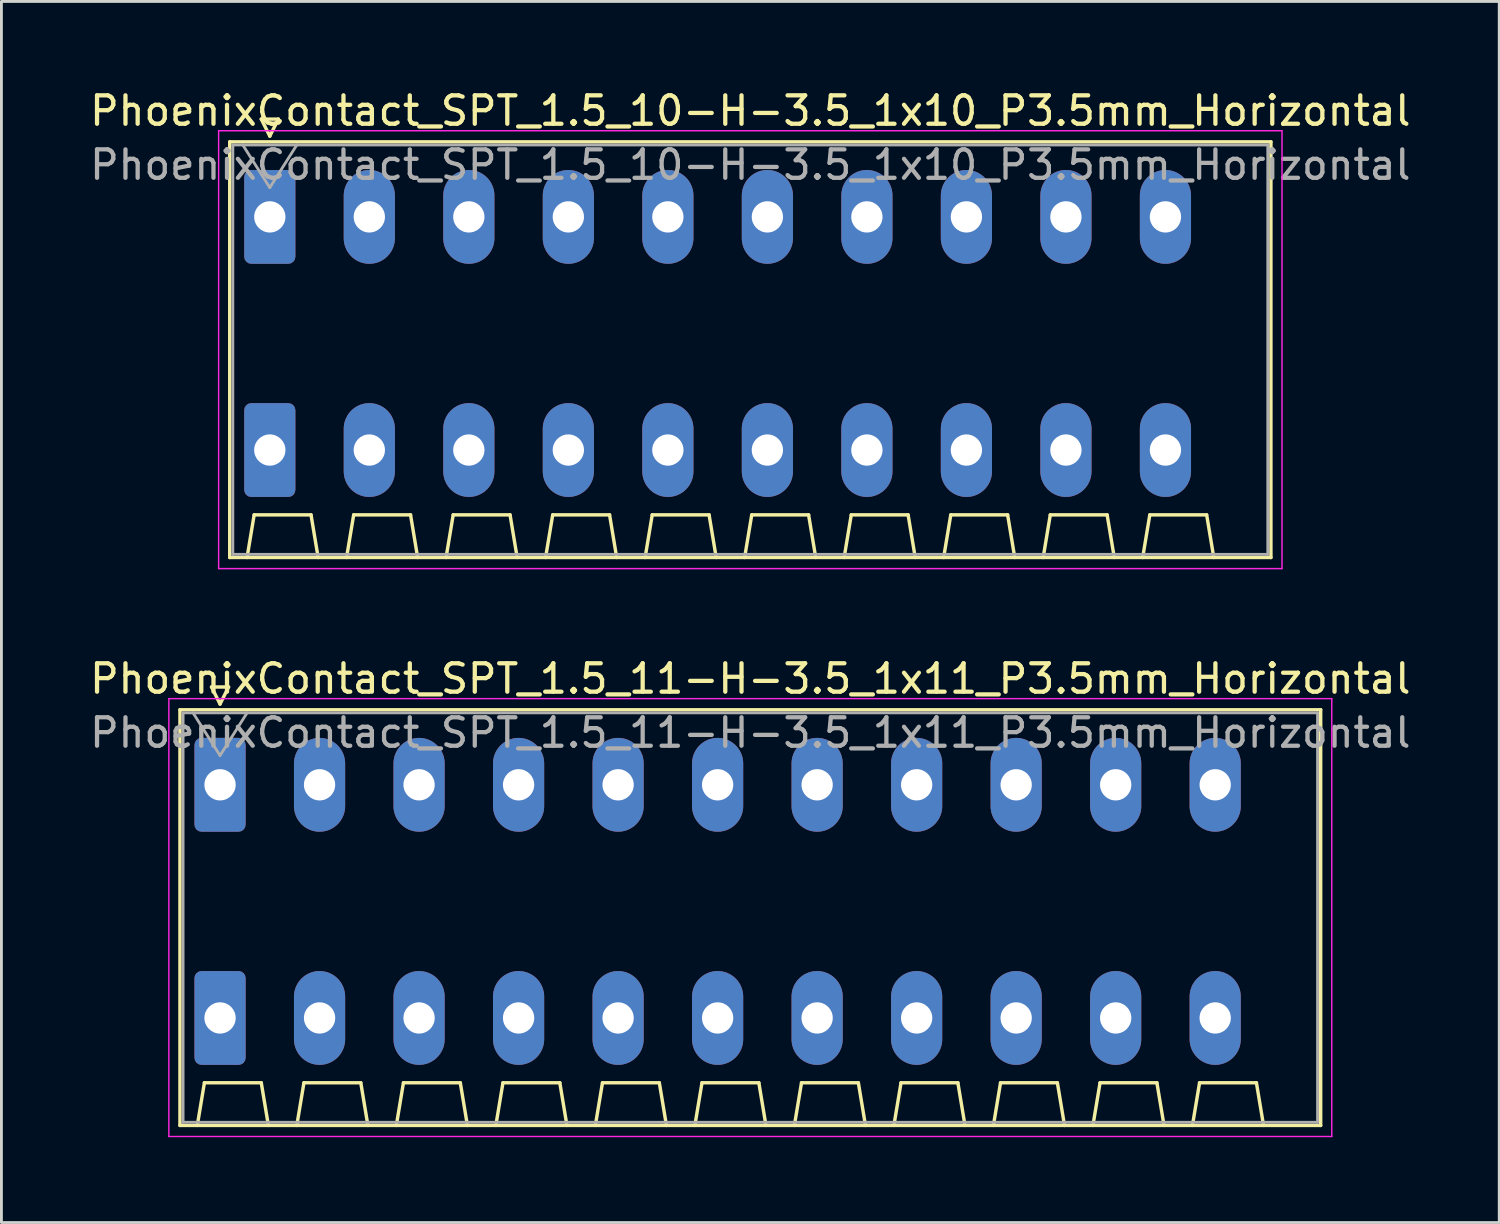
<source format=kicad_pcb>
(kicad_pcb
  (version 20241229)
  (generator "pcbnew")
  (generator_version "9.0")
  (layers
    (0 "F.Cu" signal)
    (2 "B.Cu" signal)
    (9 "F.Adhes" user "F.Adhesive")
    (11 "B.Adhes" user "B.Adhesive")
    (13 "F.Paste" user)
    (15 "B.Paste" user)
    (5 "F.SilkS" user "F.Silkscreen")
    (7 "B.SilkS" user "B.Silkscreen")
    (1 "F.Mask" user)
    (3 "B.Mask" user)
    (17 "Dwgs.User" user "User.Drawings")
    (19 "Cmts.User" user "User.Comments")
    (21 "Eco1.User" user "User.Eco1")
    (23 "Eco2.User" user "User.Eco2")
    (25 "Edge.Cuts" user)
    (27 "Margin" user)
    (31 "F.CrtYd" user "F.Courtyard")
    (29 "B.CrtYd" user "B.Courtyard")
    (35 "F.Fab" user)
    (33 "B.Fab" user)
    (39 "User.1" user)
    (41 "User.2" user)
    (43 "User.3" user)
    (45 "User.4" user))
  (footprint "PhoenixContact_SPT_1.5_11-H-3.5_1x11_P3.5mm_Horizontal"
    (layer "F.Cu")
    (at 4.689 24.552)
    (property "Reference" "PhoenixContact_SPT_1.5_11-H-3.5_1x11_P3.5mm_Horizontal" (at 18.65 -3.73 0) (layer "F.SilkS") (effects (font (size 1 1) (thickness 0.15))))
    (attr through_hole)
    (fp_line (start -1.41 -2.64) (end 38.71 -2.64) (stroke (width 0.12) (type solid)) (layer "F.SilkS"))
    (fp_line (start -1.41 11.98) (end -1.41 -2.64) (stroke (width 0.12) (type solid)) (layer "F.SilkS"))
    (fp_line (start -0.8 11.98) (end -0.55 10.48) (stroke (width 0.12) (type solid)) (layer "F.SilkS"))
    (fp_line (start -0.55 10.48) (end 1.45 10.48) (stroke (width 0.12) (type solid)) (layer "F.SilkS"))
    (fp_line (start -0.3 -3.44) (end 0 -2.84) (stroke (width 0.12) (type solid)) (layer "F.SilkS"))
    (fp_line (start -0.3 -3.44) (end 0.3 -3.44) (stroke (width 0.12) (type solid)) (layer "F.SilkS"))
    (fp_line (start 0.3 -3.44) (end 0 -2.84) (stroke (width 0.12) (type solid)) (layer "F.SilkS"))
    (fp_line (start 1.7 11.98) (end 1.45 10.48) (stroke (width 0.12) (type solid)) (layer "F.SilkS"))
    (fp_line (start 2.7 11.98) (end 2.95 10.48) (stroke (width 0.12) (type solid)) (layer "F.SilkS"))
    (fp_line (start 2.95 10.48) (end 4.95 10.48) (stroke (width 0.12) (type solid)) (layer "F.SilkS"))
    (fp_line (start 5.2 11.98) (end 4.95 10.48) (stroke (width 0.12) (type solid)) (layer "F.SilkS"))
    (fp_line (start 6.2 11.98) (end 6.45 10.48) (stroke (width 0.12) (type solid)) (layer "F.SilkS"))
    (fp_line (start 6.45 10.48) (end 8.45 10.48) (stroke (width 0.12) (type solid)) (layer "F.SilkS"))
    (fp_line (start 8.7 11.98) (end 8.45 10.48) (stroke (width 0.12) (type solid)) (layer "F.SilkS"))
    (fp_line (start 9.7 11.98) (end 9.95 10.48) (stroke (width 0.12) (type solid)) (layer "F.SilkS"))
    (fp_line (start 9.95 10.48) (end 11.95 10.48) (stroke (width 0.12) (type solid)) (layer "F.SilkS"))
    (fp_line (start 12.2 11.98) (end 11.95 10.48) (stroke (width 0.12) (type solid)) (layer "F.SilkS"))
    (fp_line (start 13.2 11.98) (end 13.45 10.48) (stroke (width 0.12) (type solid)) (layer "F.SilkS"))
    (fp_line (start 13.45 10.48) (end 15.45 10.48) (stroke (width 0.12) (type solid)) (layer "F.SilkS"))
    (fp_line (start 15.7 11.98) (end 15.45 10.48) (stroke (width 0.12) (type solid)) (layer "F.SilkS"))
    (fp_line (start 16.7 11.98) (end 16.95 10.48) (stroke (width 0.12) (type solid)) (layer "F.SilkS"))
    (fp_line (start 16.95 10.48) (end 18.95 10.48) (stroke (width 0.12) (type solid)) (layer "F.SilkS"))
    (fp_line (start 19.2 11.98) (end 18.95 10.48) (stroke (width 0.12) (type solid)) (layer "F.SilkS"))
    (fp_line (start 20.2 11.98) (end 20.45 10.48) (stroke (width 0.12) (type solid)) (layer "F.SilkS"))
    (fp_line (start 20.45 10.48) (end 22.45 10.48) (stroke (width 0.12) (type solid)) (layer "F.SilkS"))
    (fp_line (start 22.7 11.98) (end 22.45 10.48) (stroke (width 0.12) (type solid)) (layer "F.SilkS"))
    (fp_line (start 23.7 11.98) (end 23.95 10.48) (stroke (width 0.12) (type solid)) (layer "F.SilkS"))
    (fp_line (start 23.95 10.48) (end 25.95 10.48) (stroke (width 0.12) (type solid)) (layer "F.SilkS"))
    (fp_line (start 26.2 11.98) (end 25.95 10.48) (stroke (width 0.12) (type solid)) (layer "F.SilkS"))
    (fp_line (start 27.2 11.98) (end 27.45 10.48) (stroke (width 0.12) (type solid)) (layer "F.SilkS"))
    (fp_line (start 27.45 10.48) (end 29.45 10.48) (stroke (width 0.12) (type solid)) (layer "F.SilkS"))
    (fp_line (start 29.7 11.98) (end 29.45 10.48) (stroke (width 0.12) (type solid)) (layer "F.SilkS"))
    (fp_line (start 30.7 11.98) (end 30.95 10.48) (stroke (width 0.12) (type solid)) (layer "F.SilkS"))
    (fp_line (start 30.95 10.48) (end 32.95 10.48) (stroke (width 0.12) (type solid)) (layer "F.SilkS"))
    (fp_line (start 33.2 11.98) (end 32.95 10.48) (stroke (width 0.12) (type solid)) (layer "F.SilkS"))
    (fp_line (start 34.2 11.98) (end 34.45 10.48) (stroke (width 0.12) (type solid)) (layer "F.SilkS"))
    (fp_line (start 34.45 10.48) (end 36.45 10.48) (stroke (width 0.12) (type solid)) (layer "F.SilkS"))
    (fp_line (start 36.7 11.98) (end 36.45 10.48) (stroke (width 0.12) (type solid)) (layer "F.SilkS"))
    (fp_line (start 38.71 -2.64) (end 38.71 11.98) (stroke (width 0.12) (type solid)) (layer "F.SilkS"))
    (fp_line (start 38.71 11.98) (end -1.41 11.98) (stroke (width 0.12) (type solid)) (layer "F.SilkS"))
    (fp_line (start -1.8 -3.03) (end -1.8 12.37) (stroke (width 0.05) (type solid)) (layer "F.CrtYd"))
    (fp_line (start -1.8 12.37) (end 39.1 12.37) (stroke (width 0.05) (type solid)) (layer "F.CrtYd"))
    (fp_line (start 39.1 -3.03) (end -1.8 -3.03) (stroke (width 0.05) (type solid)) (layer "F.CrtYd"))
    (fp_line (start 39.1 12.37) (end 39.1 -3.03) (stroke (width 0.05) (type solid)) (layer "F.CrtYd"))
    (fp_line (start -1.3 -2.53) (end -1.3 11.87) (stroke (width 0.1) (type solid)) (layer "F.Fab"))
    (fp_line (start -1.3 11.87) (end 38.6 11.87) (stroke (width 0.1) (type solid)) (layer "F.Fab"))
    (fp_line (start -0.95 -2.53) (end 0 -1.03) (stroke (width 0.1) (type solid)) (layer "F.Fab"))
    (fp_line (start 0.95 -2.53) (end 0 -1.03) (stroke (width 0.1) (type solid)) (layer "F.Fab"))
    (fp_line (start 38.6 -2.53) (end -1.3 -2.53) (stroke (width 0.1) (type solid)) (layer "F.Fab"))
    (fp_line (start 38.6 11.87) (end 38.6 -2.53) (stroke (width 0.1) (type solid)) (layer "F.Fab"))
    (fp_text user "${REFERENCE}" (at 18.65 -1.83 0) (layer "F.Fab") (effects (font (size 1 1) (thickness 0.15))))
    (pad "1" thru_hole roundrect (at 0 0) (size 1.8 3.3) (drill 1.1) (layers "*.Cu" "*.Mask") (roundrect_rratio 0.139))
    (pad "1" thru_hole roundrect (at 0 8.2) (size 1.8 3.3) (drill 1.1) (layers "*.Cu" "*.Mask") (roundrect_rratio 0.139))
    (pad "2" thru_hole oval (at 3.5 0) (size 1.8 3.3) (drill 1.1) (layers "*.Cu" "*.Mask"))
    (pad "2" thru_hole oval (at 3.5 8.2) (size 1.8 3.3) (drill 1.1) (layers "*.Cu" "*.Mask"))
    (pad "3" thru_hole oval (at 7 0) (size 1.8 3.3) (drill 1.1) (layers "*.Cu" "*.Mask"))
    (pad "3" thru_hole oval (at 7 8.2) (size 1.8 3.3) (drill 1.1) (layers "*.Cu" "*.Mask"))
    (pad "4" thru_hole oval (at 10.5 0) (size 1.8 3.3) (drill 1.1) (layers "*.Cu" "*.Mask"))
    (pad "4" thru_hole oval (at 10.5 8.2) (size 1.8 3.3) (drill 1.1) (layers "*.Cu" "*.Mask"))
    (pad "5" thru_hole oval (at 14 0) (size 1.8 3.3) (drill 1.1) (layers "*.Cu" "*.Mask"))
    (pad "5" thru_hole oval (at 14 8.2) (size 1.8 3.3) (drill 1.1) (layers "*.Cu" "*.Mask"))
    (pad "6" thru_hole oval (at 17.5 0) (size 1.8 3.3) (drill 1.1) (layers "*.Cu" "*.Mask"))
    (pad "6" thru_hole oval (at 17.5 8.2) (size 1.8 3.3) (drill 1.1) (layers "*.Cu" "*.Mask"))
    (pad "7" thru_hole oval (at 21 0) (size 1.8 3.3) (drill 1.1) (layers "*.Cu" "*.Mask"))
    (pad "7" thru_hole oval (at 21 8.2) (size 1.8 3.3) (drill 1.1) (layers "*.Cu" "*.Mask"))
    (pad "8" thru_hole oval (at 24.5 0) (size 1.8 3.3) (drill 1.1) (layers "*.Cu" "*.Mask"))
    (pad "8" thru_hole oval (at 24.5 8.2) (size 1.8 3.3) (drill 1.1) (layers "*.Cu" "*.Mask"))
    (pad "9" thru_hole oval (at 28 0) (size 1.8 3.3) (drill 1.1) (layers "*.Cu" "*.Mask"))
    (pad "9" thru_hole oval (at 28 8.2) (size 1.8 3.3) (drill 1.1) (layers "*.Cu" "*.Mask"))
    (pad "10" thru_hole oval (at 31.5 0) (size 1.8 3.3) (drill 1.1) (layers "*.Cu" "*.Mask"))
    (pad "10" thru_hole oval (at 31.5 8.2) (size 1.8 3.3) (drill 1.1) (layers "*.Cu" "*.Mask"))
    (pad "11" thru_hole oval (at 35 0) (size 1.8 3.3) (drill 1.1) (layers "*.Cu" "*.Mask"))
    (pad "11" thru_hole oval (at 35 8.2) (size 1.8 3.3) (drill 1.1) (layers "*.Cu" "*.Mask")))
  (footprint "PhoenixContact_SPT_1.5_10-H-3.5_1x10_P3.5mm_Horizontal"
    (layer "F.Cu")
    (at 6.439 4.578)
    (property "Reference" "PhoenixContact_SPT_1.5_10-H-3.5_1x10_P3.5mm_Horizontal" (at 16.9 -3.73 0) (layer "F.SilkS") (effects (font (size 1 1) (thickness 0.15))))
    (attr through_hole)
    (fp_line (start -1.41 -2.64) (end 35.21 -2.64) (stroke (width 0.12) (type solid)) (layer "F.SilkS"))
    (fp_line (start -1.41 11.98) (end -1.41 -2.64) (stroke (width 0.12) (type solid)) (layer "F.SilkS"))
    (fp_line (start -0.8 11.98) (end -0.55 10.48) (stroke (width 0.12) (type solid)) (layer "F.SilkS"))
    (fp_line (start -0.55 10.48) (end 1.45 10.48) (stroke (width 0.12) (type solid)) (layer "F.SilkS"))
    (fp_line (start -0.3 -3.44) (end 0 -2.84) (stroke (width 0.12) (type solid)) (layer "F.SilkS"))
    (fp_line (start -0.3 -3.44) (end 0.3 -3.44) (stroke (width 0.12) (type solid)) (layer "F.SilkS"))
    (fp_line (start 0.3 -3.44) (end 0 -2.84) (stroke (width 0.12) (type solid)) (layer "F.SilkS"))
    (fp_line (start 1.7 11.98) (end 1.45 10.48) (stroke (width 0.12) (type solid)) (layer "F.SilkS"))
    (fp_line (start 2.7 11.98) (end 2.95 10.48) (stroke (width 0.12) (type solid)) (layer "F.SilkS"))
    (fp_line (start 2.95 10.48) (end 4.95 10.48) (stroke (width 0.12) (type solid)) (layer "F.SilkS"))
    (fp_line (start 5.2 11.98) (end 4.95 10.48) (stroke (width 0.12) (type solid)) (layer "F.SilkS"))
    (fp_line (start 6.2 11.98) (end 6.45 10.48) (stroke (width 0.12) (type solid)) (layer "F.SilkS"))
    (fp_line (start 6.45 10.48) (end 8.45 10.48) (stroke (width 0.12) (type solid)) (layer "F.SilkS"))
    (fp_line (start 8.7 11.98) (end 8.45 10.48) (stroke (width 0.12) (type solid)) (layer "F.SilkS"))
    (fp_line (start 9.7 11.98) (end 9.95 10.48) (stroke (width 0.12) (type solid)) (layer "F.SilkS"))
    (fp_line (start 9.95 10.48) (end 11.95 10.48) (stroke (width 0.12) (type solid)) (layer "F.SilkS"))
    (fp_line (start 12.2 11.98) (end 11.95 10.48) (stroke (width 0.12) (type solid)) (layer "F.SilkS"))
    (fp_line (start 13.2 11.98) (end 13.45 10.48) (stroke (width 0.12) (type solid)) (layer "F.SilkS"))
    (fp_line (start 13.45 10.48) (end 15.45 10.48) (stroke (width 0.12) (type solid)) (layer "F.SilkS"))
    (fp_line (start 15.7 11.98) (end 15.45 10.48) (stroke (width 0.12) (type solid)) (layer "F.SilkS"))
    (fp_line (start 16.7 11.98) (end 16.95 10.48) (stroke (width 0.12) (type solid)) (layer "F.SilkS"))
    (fp_line (start 16.95 10.48) (end 18.95 10.48) (stroke (width 0.12) (type solid)) (layer "F.SilkS"))
    (fp_line (start 19.2 11.98) (end 18.95 10.48) (stroke (width 0.12) (type solid)) (layer "F.SilkS"))
    (fp_line (start 20.2 11.98) (end 20.45 10.48) (stroke (width 0.12) (type solid)) (layer "F.SilkS"))
    (fp_line (start 20.45 10.48) (end 22.45 10.48) (stroke (width 0.12) (type solid)) (layer "F.SilkS"))
    (fp_line (start 22.7 11.98) (end 22.45 10.48) (stroke (width 0.12) (type solid)) (layer "F.SilkS"))
    (fp_line (start 23.7 11.98) (end 23.95 10.48) (stroke (width 0.12) (type solid)) (layer "F.SilkS"))
    (fp_line (start 23.95 10.48) (end 25.95 10.48) (stroke (width 0.12) (type solid)) (layer "F.SilkS"))
    (fp_line (start 26.2 11.98) (end 25.95 10.48) (stroke (width 0.12) (type solid)) (layer "F.SilkS"))
    (fp_line (start 27.2 11.98) (end 27.45 10.48) (stroke (width 0.12) (type solid)) (layer "F.SilkS"))
    (fp_line (start 27.45 10.48) (end 29.45 10.48) (stroke (width 0.12) (type solid)) (layer "F.SilkS"))
    (fp_line (start 29.7 11.98) (end 29.45 10.48) (stroke (width 0.12) (type solid)) (layer "F.SilkS"))
    (fp_line (start 30.7 11.98) (end 30.95 10.48) (stroke (width 0.12) (type solid)) (layer "F.SilkS"))
    (fp_line (start 30.95 10.48) (end 32.95 10.48) (stroke (width 0.12) (type solid)) (layer "F.SilkS"))
    (fp_line (start 33.2 11.98) (end 32.95 10.48) (stroke (width 0.12) (type solid)) (layer "F.SilkS"))
    (fp_line (start 35.21 -2.64) (end 35.21 11.98) (stroke (width 0.12) (type solid)) (layer "F.SilkS"))
    (fp_line (start 35.21 11.98) (end -1.41 11.98) (stroke (width 0.12) (type solid)) (layer "F.SilkS"))
    (fp_line (start -1.8 -3.03) (end -1.8 12.37) (stroke (width 0.05) (type solid)) (layer "F.CrtYd"))
    (fp_line (start -1.8 12.37) (end 35.6 12.37) (stroke (width 0.05) (type solid)) (layer "F.CrtYd"))
    (fp_line (start 35.6 -3.03) (end -1.8 -3.03) (stroke (width 0.05) (type solid)) (layer "F.CrtYd"))
    (fp_line (start 35.6 12.37) (end 35.6 -3.03) (stroke (width 0.05) (type solid)) (layer "F.CrtYd"))
    (fp_line (start -1.3 -2.53) (end -1.3 11.87) (stroke (width 0.1) (type solid)) (layer "F.Fab"))
    (fp_line (start -1.3 11.87) (end 35.1 11.87) (stroke (width 0.1) (type solid)) (layer "F.Fab"))
    (fp_line (start -0.95 -2.53) (end 0 -1.03) (stroke (width 0.1) (type solid)) (layer "F.Fab"))
    (fp_line (start 0.95 -2.53) (end 0 -1.03) (stroke (width 0.1) (type solid)) (layer "F.Fab"))
    (fp_line (start 35.1 -2.53) (end -1.3 -2.53) (stroke (width 0.1) (type solid)) (layer "F.Fab"))
    (fp_line (start 35.1 11.87) (end 35.1 -2.53) (stroke (width 0.1) (type solid)) (layer "F.Fab"))
    (fp_text user "${REFERENCE}" (at 16.9 -1.83 0) (layer "F.Fab") (effects (font (size 1 1) (thickness 0.15))))
    (pad "1" thru_hole roundrect (at 0 0) (size 1.8 3.3) (drill 1.1) (layers "*.Cu" "*.Mask") (roundrect_rratio 0.139))
    (pad "1" thru_hole roundrect (at 0 8.2) (size 1.8 3.3) (drill 1.1) (layers "*.Cu" "*.Mask") (roundrect_rratio 0.139))
    (pad "2" thru_hole oval (at 3.5 0) (size 1.8 3.3) (drill 1.1) (layers "*.Cu" "*.Mask"))
    (pad "2" thru_hole oval (at 3.5 8.2) (size 1.8 3.3) (drill 1.1) (layers "*.Cu" "*.Mask"))
    (pad "3" thru_hole oval (at 7 0) (size 1.8 3.3) (drill 1.1) (layers "*.Cu" "*.Mask"))
    (pad "3" thru_hole oval (at 7 8.2) (size 1.8 3.3) (drill 1.1) (layers "*.Cu" "*.Mask"))
    (pad "4" thru_hole oval (at 10.5 0) (size 1.8 3.3) (drill 1.1) (layers "*.Cu" "*.Mask"))
    (pad "4" thru_hole oval (at 10.5 8.2) (size 1.8 3.3) (drill 1.1) (layers "*.Cu" "*.Mask"))
    (pad "5" thru_hole oval (at 14 0) (size 1.8 3.3) (drill 1.1) (layers "*.Cu" "*.Mask"))
    (pad "5" thru_hole oval (at 14 8.2) (size 1.8 3.3) (drill 1.1) (layers "*.Cu" "*.Mask"))
    (pad "6" thru_hole oval (at 17.5 0) (size 1.8 3.3) (drill 1.1) (layers "*.Cu" "*.Mask"))
    (pad "6" thru_hole oval (at 17.5 8.2) (size 1.8 3.3) (drill 1.1) (layers "*.Cu" "*.Mask"))
    (pad "7" thru_hole oval (at 21 0) (size 1.8 3.3) (drill 1.1) (layers "*.Cu" "*.Mask"))
    (pad "7" thru_hole oval (at 21 8.2) (size 1.8 3.3) (drill 1.1) (layers "*.Cu" "*.Mask"))
    (pad "8" thru_hole oval (at 24.5 0) (size 1.8 3.3) (drill 1.1) (layers "*.Cu" "*.Mask"))
    (pad "8" thru_hole oval (at 24.5 8.2) (size 1.8 3.3) (drill 1.1) (layers "*.Cu" "*.Mask"))
    (pad "9" thru_hole oval (at 28 0) (size 1.8 3.3) (drill 1.1) (layers "*.Cu" "*.Mask"))
    (pad "9" thru_hole oval (at 28 8.2) (size 1.8 3.3) (drill 1.1) (layers "*.Cu" "*.Mask"))
    (pad "10" thru_hole oval (at 31.5 0) (size 1.8 3.3) (drill 1.1) (layers "*.Cu" "*.Mask"))
    (pad "10" thru_hole oval (at 31.5 8.2) (size 1.8 3.3) (drill 1.1) (layers "*.Cu" "*.Mask")))
  (gr_rect
    (start -3 -3)
    (end 49.679 39.947)
    (stroke (width 0.1) (type default))
    (fill no)
    (layer "Edge.Cuts")))
</source>
